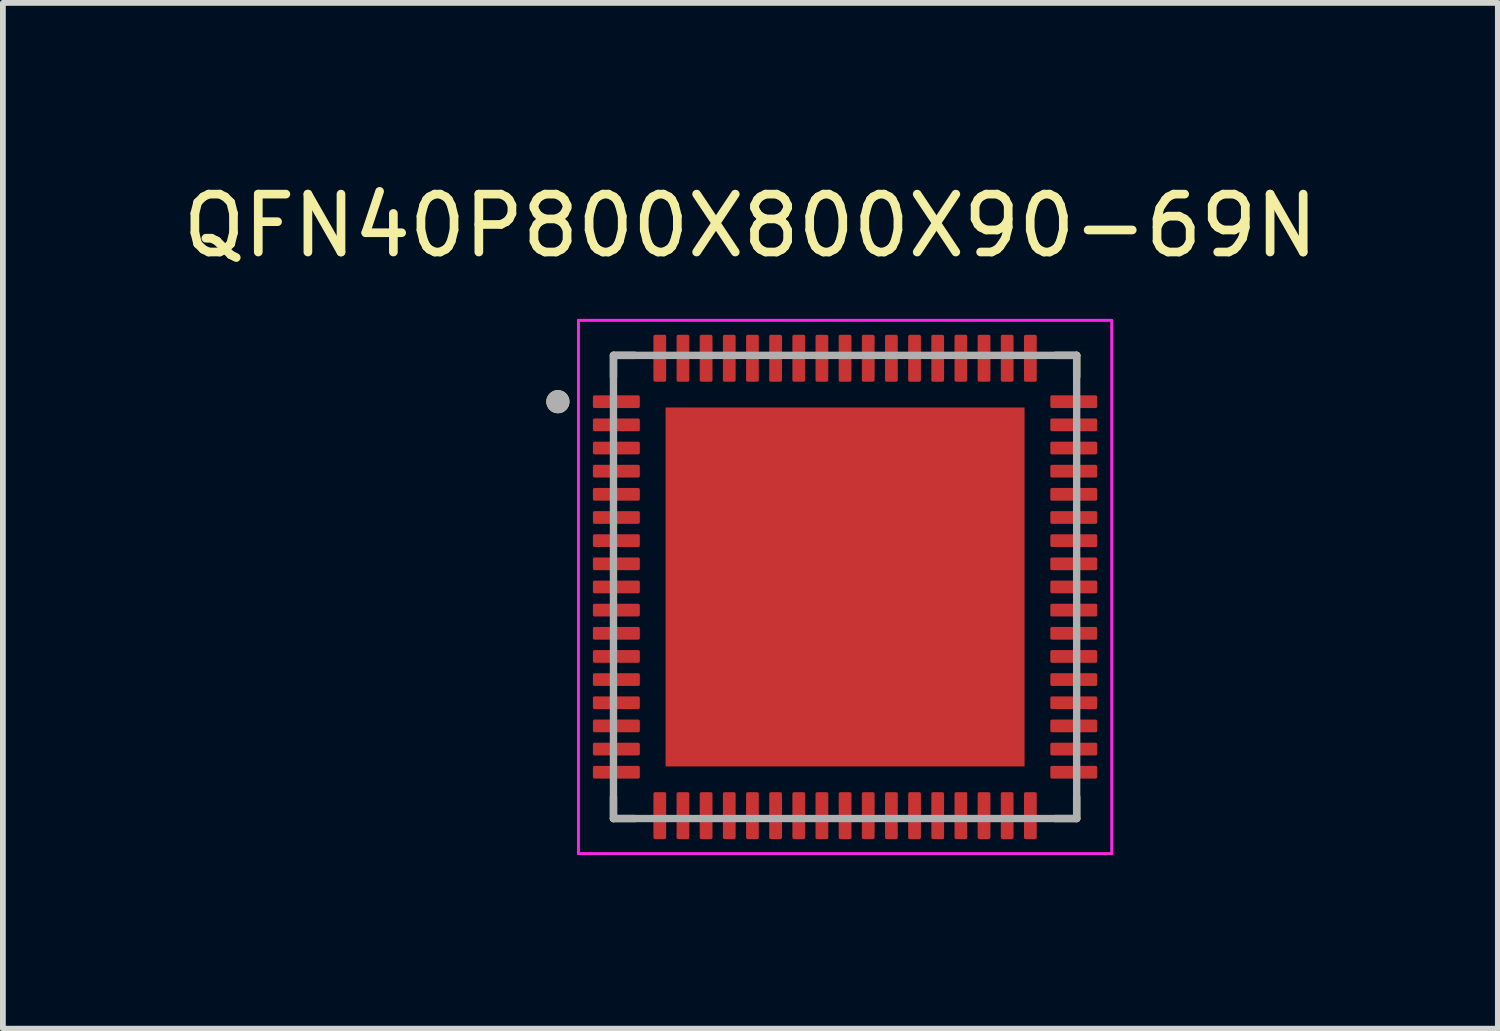
<source format=kicad_pcb>
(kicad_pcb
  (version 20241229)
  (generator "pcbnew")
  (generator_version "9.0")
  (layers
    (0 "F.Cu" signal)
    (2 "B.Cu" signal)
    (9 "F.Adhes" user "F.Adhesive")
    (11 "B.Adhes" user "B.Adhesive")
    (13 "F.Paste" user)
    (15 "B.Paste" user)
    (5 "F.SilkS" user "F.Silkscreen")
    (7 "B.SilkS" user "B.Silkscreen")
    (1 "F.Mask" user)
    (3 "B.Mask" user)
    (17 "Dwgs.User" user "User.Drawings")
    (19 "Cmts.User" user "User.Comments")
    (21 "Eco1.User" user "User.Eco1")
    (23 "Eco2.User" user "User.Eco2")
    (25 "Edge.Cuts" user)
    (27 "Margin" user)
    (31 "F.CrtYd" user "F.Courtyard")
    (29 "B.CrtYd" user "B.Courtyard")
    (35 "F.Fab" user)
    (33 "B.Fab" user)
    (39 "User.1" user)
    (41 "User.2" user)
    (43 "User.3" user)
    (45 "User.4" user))
  (footprint "QFN40P800X800X90-69N"
    (layer "F.Cu")
    (at 11.546 7.088)
    (property "Reference" "QFN40P800X800X90-69N" (at -1.635 -6.24 0) (layer "F.SilkS") (effects (font (size 1 1) (thickness 0.15))))
    (attr smd)
    (fp_line (start -4 -4) (end -4 -3.63) (stroke (width 0.127) (type solid)) (layer "F.SilkS"))
    (fp_line (start -4 -4) (end -3.63 -4) (stroke (width 0.127) (type solid)) (layer "F.SilkS"))
    (fp_line (start -4 4) (end -4 3.63) (stroke (width 0.127) (type solid)) (layer "F.SilkS"))
    (fp_line (start -4 4) (end -3.63 4) (stroke (width 0.127) (type solid)) (layer "F.SilkS"))
    (fp_line (start 4 -4) (end 3.63 -4) (stroke (width 0.127) (type solid)) (layer "F.SilkS"))
    (fp_line (start 4 -4) (end 4 -3.63) (stroke (width 0.127) (type solid)) (layer "F.SilkS"))
    (fp_line (start 4 4) (end 3.63 4) (stroke (width 0.127) (type solid)) (layer "F.SilkS"))
    (fp_line (start 4 4) (end 4 3.63) (stroke (width 0.127) (type solid)) (layer "F.SilkS"))
    (fp_circle (center -4.96 -3.2) (end -4.86 -3.2) (stroke (width 0.2) (type solid)) (fill no) (layer "F.SilkS"))
    (fp_poly (pts (xy -2.725 -2.725) (xy -1.415 -2.725) (xy -1.415 -1.415) (xy -2.725 -1.415)) (stroke (width 0.01) (type solid)) (fill yes) (layer "F.Paste"))
    (fp_poly (pts (xy -2.725 -0.655) (xy -1.415 -0.655) (xy -1.415 0.655) (xy -2.725 0.655)) (stroke (width 0.01) (type solid)) (fill yes) (layer "F.Paste"))
    (fp_poly (pts (xy -2.725 1.415) (xy -1.415 1.415) (xy -1.415 2.725) (xy -2.725 2.725)) (stroke (width 0.01) (type solid)) (fill yes) (layer "F.Paste"))
    (fp_poly (pts (xy -0.655 -2.725) (xy 0.655 -2.725) (xy 0.655 -1.415) (xy -0.655 -1.415)) (stroke (width 0.01) (type solid)) (fill yes) (layer "F.Paste"))
    (fp_poly (pts (xy -0.655 -0.655) (xy 0.655 -0.655) (xy 0.655 0.655) (xy -0.655 0.655)) (stroke (width 0.01) (type solid)) (fill yes) (layer "F.Paste"))
    (fp_poly (pts (xy -0.655 1.415) (xy 0.655 1.415) (xy 0.655 2.725) (xy -0.655 2.725)) (stroke (width 0.01) (type solid)) (fill yes) (layer "F.Paste"))
    (fp_poly (pts (xy 1.415 -2.725) (xy 2.725 -2.725) (xy 2.725 -1.415) (xy 1.415 -1.415)) (stroke (width 0.01) (type solid)) (fill yes) (layer "F.Paste"))
    (fp_poly (pts (xy 1.415 -0.655) (xy 2.725 -0.655) (xy 2.725 0.655) (xy 1.415 0.655)) (stroke (width 0.01) (type solid)) (fill yes) (layer "F.Paste"))
    (fp_poly (pts (xy 1.415 1.415) (xy 2.725 1.415) (xy 2.725 2.725) (xy 1.415 2.725)) (stroke (width 0.01) (type solid)) (fill yes) (layer "F.Paste"))
    (fp_line (start -4.605 -4.605) (end 4.605 -4.605) (stroke (width 0.05) (type solid)) (layer "F.CrtYd"))
    (fp_line (start -4.605 4.605) (end -4.605 -4.605) (stroke (width 0.05) (type solid)) (layer "F.CrtYd"))
    (fp_line (start -4.605 4.605) (end 4.605 4.605) (stroke (width 0.05) (type solid)) (layer "F.CrtYd"))
    (fp_line (start 4.605 4.605) (end 4.605 -4.605) (stroke (width 0.05) (type solid)) (layer "F.CrtYd"))
    (fp_line (start -4 4) (end -4 -4) (stroke (width 0.127) (type solid)) (layer "F.Fab"))
    (fp_line (start 4 -4) (end -4 -4) (stroke (width 0.127) (type solid)) (layer "F.Fab"))
    (fp_line (start 4 4) (end -4 4) (stroke (width 0.127) (type solid)) (layer "F.Fab"))
    (fp_line (start 4 4) (end 4 -4) (stroke (width 0.127) (type solid)) (layer "F.Fab"))
    (fp_circle (center -4.96 -3.2) (end -4.86 -3.2) (stroke (width 0.2) (type solid)) (fill no) (layer "F.Fab"))
    (pad "1" smd roundrect (at -3.95 -3.2) (size 0.81 0.22) (layers "F.Cu" "F.Mask" "F.Paste") (roundrect_rratio 0.125))
    (pad "2" smd roundrect (at -3.95 -2.8) (size 0.81 0.22) (layers "F.Cu" "F.Mask" "F.Paste") (roundrect_rratio 0.125))
    (pad "3" smd roundrect (at -3.95 -2.4) (size 0.81 0.22) (layers "F.Cu" "F.Mask" "F.Paste") (roundrect_rratio 0.125))
    (pad "4" smd roundrect (at -3.95 -2) (size 0.81 0.22) (layers "F.Cu" "F.Mask" "F.Paste") (roundrect_rratio 0.125))
    (pad "5" smd roundrect (at -3.95 -1.6) (size 0.81 0.22) (layers "F.Cu" "F.Mask" "F.Paste") (roundrect_rratio 0.125))
    (pad "6" smd roundrect (at -3.95 -1.2) (size 0.81 0.22) (layers "F.Cu" "F.Mask" "F.Paste") (roundrect_rratio 0.125))
    (pad "7" smd roundrect (at -3.95 -0.8) (size 0.81 0.22) (layers "F.Cu" "F.Mask" "F.Paste") (roundrect_rratio 0.125))
    (pad "8" smd roundrect (at -3.95 -0.4) (size 0.81 0.22) (layers "F.Cu" "F.Mask" "F.Paste") (roundrect_rratio 0.125))
    (pad "9" smd roundrect (at -3.95 0) (size 0.81 0.22) (layers "F.Cu" "F.Mask" "F.Paste") (roundrect_rratio 0.125))
    (pad "10" smd roundrect (at -3.95 0.4) (size 0.81 0.22) (layers "F.Cu" "F.Mask" "F.Paste") (roundrect_rratio 0.125))
    (pad "11" smd roundrect (at -3.95 0.8) (size 0.81 0.22) (layers "F.Cu" "F.Mask" "F.Paste") (roundrect_rratio 0.125))
    (pad "12" smd roundrect (at -3.95 1.2) (size 0.81 0.22) (layers "F.Cu" "F.Mask" "F.Paste") (roundrect_rratio 0.125))
    (pad "13" smd roundrect (at -3.95 1.6) (size 0.81 0.22) (layers "F.Cu" "F.Mask" "F.Paste") (roundrect_rratio 0.125))
    (pad "14" smd roundrect (at -3.95 2) (size 0.81 0.22) (layers "F.Cu" "F.Mask" "F.Paste") (roundrect_rratio 0.125))
    (pad "15" smd roundrect (at -3.95 2.4) (size 0.81 0.22) (layers "F.Cu" "F.Mask" "F.Paste") (roundrect_rratio 0.125))
    (pad "16" smd roundrect (at -3.95 2.8) (size 0.81 0.22) (layers "F.Cu" "F.Mask" "F.Paste") (roundrect_rratio 0.125))
    (pad "17" smd roundrect (at -3.95 3.2) (size 0.81 0.22) (layers "F.Cu" "F.Mask" "F.Paste") (roundrect_rratio 0.125))
    (pad "18" smd roundrect (at -3.2 3.95) (size 0.22 0.81) (layers "F.Cu" "F.Mask" "F.Paste") (roundrect_rratio 0.125))
    (pad "19" smd roundrect (at -2.8 3.95) (size 0.22 0.81) (layers "F.Cu" "F.Mask" "F.Paste") (roundrect_rratio 0.125))
    (pad "20" smd roundrect (at -2.4 3.95) (size 0.22 0.81) (layers "F.Cu" "F.Mask" "F.Paste") (roundrect_rratio 0.125))
    (pad "21" smd roundrect (at -2 3.95) (size 0.22 0.81) (layers "F.Cu" "F.Mask" "F.Paste") (roundrect_rratio 0.125))
    (pad "22" smd roundrect (at -1.6 3.95) (size 0.22 0.81) (layers "F.Cu" "F.Mask" "F.Paste") (roundrect_rratio 0.125))
    (pad "23" smd roundrect (at -1.2 3.95) (size 0.22 0.81) (layers "F.Cu" "F.Mask" "F.Paste") (roundrect_rratio 0.125))
    (pad "24" smd roundrect (at -0.8 3.95) (size 0.22 0.81) (layers "F.Cu" "F.Mask" "F.Paste") (roundrect_rratio 0.125))
    (pad "25" smd roundrect (at -0.4 3.95) (size 0.22 0.81) (layers "F.Cu" "F.Mask" "F.Paste") (roundrect_rratio 0.125))
    (pad "26" smd roundrect (at 0 3.95) (size 0.22 0.81) (layers "F.Cu" "F.Mask" "F.Paste") (roundrect_rratio 0.125))
    (pad "27" smd roundrect (at 0.4 3.95) (size 0.22 0.81) (layers "F.Cu" "F.Mask" "F.Paste") (roundrect_rratio 0.125))
    (pad "28" smd roundrect (at 0.8 3.95) (size 0.22 0.81) (layers "F.Cu" "F.Mask" "F.Paste") (roundrect_rratio 0.125))
    (pad "29" smd roundrect (at 1.2 3.95) (size 0.22 0.81) (layers "F.Cu" "F.Mask" "F.Paste") (roundrect_rratio 0.125))
    (pad "30" smd roundrect (at 1.6 3.95) (size 0.22 0.81) (layers "F.Cu" "F.Mask" "F.Paste") (roundrect_rratio 0.125))
    (pad "31" smd roundrect (at 2 3.95) (size 0.22 0.81) (layers "F.Cu" "F.Mask" "F.Paste") (roundrect_rratio 0.125))
    (pad "32" smd roundrect (at 2.4 3.95) (size 0.22 0.81) (layers "F.Cu" "F.Mask" "F.Paste") (roundrect_rratio 0.125))
    (pad "33" smd roundrect (at 2.8 3.95) (size 0.22 0.81) (layers "F.Cu" "F.Mask" "F.Paste") (roundrect_rratio 0.125))
    (pad "34" smd roundrect (at 3.2 3.95) (size 0.22 0.81) (layers "F.Cu" "F.Mask" "F.Paste") (roundrect_rratio 0.125))
    (pad "35" smd roundrect (at 3.95 3.2) (size 0.81 0.22) (layers "F.Cu" "F.Mask" "F.Paste") (roundrect_rratio 0.125))
    (pad "36" smd roundrect (at 3.95 2.8) (size 0.81 0.22) (layers "F.Cu" "F.Mask" "F.Paste") (roundrect_rratio 0.125))
    (pad "37" smd roundrect (at 3.95 2.4) (size 0.81 0.22) (layers "F.Cu" "F.Mask" "F.Paste") (roundrect_rratio 0.125))
    (pad "38" smd roundrect (at 3.95 2) (size 0.81 0.22) (layers "F.Cu" "F.Mask" "F.Paste") (roundrect_rratio 0.125))
    (pad "39" smd roundrect (at 3.95 1.6) (size 0.81 0.22) (layers "F.Cu" "F.Mask" "F.Paste") (roundrect_rratio 0.125))
    (pad "40" smd roundrect (at 3.95 1.2) (size 0.81 0.22) (layers "F.Cu" "F.Mask" "F.Paste") (roundrect_rratio 0.125))
    (pad "41" smd roundrect (at 3.95 0.8) (size 0.81 0.22) (layers "F.Cu" "F.Mask" "F.Paste") (roundrect_rratio 0.125))
    (pad "42" smd roundrect (at 3.95 0.4) (size 0.81 0.22) (layers "F.Cu" "F.Mask" "F.Paste") (roundrect_rratio 0.125))
    (pad "43" smd roundrect (at 3.95 0) (size 0.81 0.22) (layers "F.Cu" "F.Mask" "F.Paste") (roundrect_rratio 0.125))
    (pad "44" smd roundrect (at 3.95 -0.4) (size 0.81 0.22) (layers "F.Cu" "F.Mask" "F.Paste") (roundrect_rratio 0.125))
    (pad "45" smd roundrect (at 3.95 -0.8) (size 0.81 0.22) (layers "F.Cu" "F.Mask" "F.Paste") (roundrect_rratio 0.125))
    (pad "46" smd roundrect (at 3.95 -1.2) (size 0.81 0.22) (layers "F.Cu" "F.Mask" "F.Paste") (roundrect_rratio 0.125))
    (pad "47" smd roundrect (at 3.95 -1.6) (size 0.81 0.22) (layers "F.Cu" "F.Mask" "F.Paste") (roundrect_rratio 0.125))
    (pad "48" smd roundrect (at 3.95 -2) (size 0.81 0.22) (layers "F.Cu" "F.Mask" "F.Paste") (roundrect_rratio 0.125))
    (pad "49" smd roundrect (at 3.95 -2.4) (size 0.81 0.22) (layers "F.Cu" "F.Mask" "F.Paste") (roundrect_rratio 0.125))
    (pad "50" smd roundrect (at 3.95 -2.8) (size 0.81 0.22) (layers "F.Cu" "F.Mask" "F.Paste") (roundrect_rratio 0.125))
    (pad "51" smd roundrect (at 3.95 -3.2) (size 0.81 0.22) (layers "F.Cu" "F.Mask" "F.Paste") (roundrect_rratio 0.125))
    (pad "52" smd roundrect (at 3.2 -3.95) (size 0.22 0.81) (layers "F.Cu" "F.Mask" "F.Paste") (roundrect_rratio 0.125))
    (pad "53" smd roundrect (at 2.8 -3.95) (size 0.22 0.81) (layers "F.Cu" "F.Mask" "F.Paste") (roundrect_rratio 0.125))
    (pad "54" smd roundrect (at 2.4 -3.95) (size 0.22 0.81) (layers "F.Cu" "F.Mask" "F.Paste") (roundrect_rratio 0.125))
    (pad "55" smd roundrect (at 2 -3.95) (size 0.22 0.81) (layers "F.Cu" "F.Mask" "F.Paste") (roundrect_rratio 0.125))
    (pad "56" smd roundrect (at 1.6 -3.95) (size 0.22 0.81) (layers "F.Cu" "F.Mask" "F.Paste") (roundrect_rratio 0.125))
    (pad "57" smd roundrect (at 1.2 -3.95) (size 0.22 0.81) (layers "F.Cu" "F.Mask" "F.Paste") (roundrect_rratio 0.125))
    (pad "58" smd roundrect (at 0.8 -3.95) (size 0.22 0.81) (layers "F.Cu" "F.Mask" "F.Paste") (roundrect_rratio 0.125))
    (pad "59" smd roundrect (at 0.4 -3.95) (size 0.22 0.81) (layers "F.Cu" "F.Mask" "F.Paste") (roundrect_rratio 0.125))
    (pad "60" smd roundrect (at 0 -3.95) (size 0.22 0.81) (layers "F.Cu" "F.Mask" "F.Paste") (roundrect_rratio 0.125))
    (pad "61" smd roundrect (at -0.4 -3.95) (size 0.22 0.81) (layers "F.Cu" "F.Mask" "F.Paste") (roundrect_rratio 0.125))
    (pad "62" smd roundrect (at -0.8 -3.95) (size 0.22 0.81) (layers "F.Cu" "F.Mask" "F.Paste") (roundrect_rratio 0.125))
    (pad "63" smd roundrect (at -1.2 -3.95) (size 0.22 0.81) (layers "F.Cu" "F.Mask" "F.Paste") (roundrect_rratio 0.125))
    (pad "64" smd roundrect (at -1.6 -3.95) (size 0.22 0.81) (layers "F.Cu" "F.Mask" "F.Paste") (roundrect_rratio 0.125))
    (pad "65" smd roundrect (at -2 -3.95) (size 0.22 0.81) (layers "F.Cu" "F.Mask" "F.Paste") (roundrect_rratio 0.125))
    (pad "66" smd roundrect (at -2.4 -3.95) (size 0.22 0.81) (layers "F.Cu" "F.Mask" "F.Paste") (roundrect_rratio 0.125))
    (pad "67" smd roundrect (at -2.8 -3.95) (size 0.22 0.81) (layers "F.Cu" "F.Mask" "F.Paste") (roundrect_rratio 0.125))
    (pad "68" smd roundrect (at -3.2 -3.95) (size 0.22 0.81) (layers "F.Cu" "F.Mask" "F.Paste") (roundrect_rratio 0.125))
    (pad "69" smd rect (at 0 0) (size 6.2 6.2) (layers "F.Cu" "F.Mask")))
  (gr_rect
    (start -3 -3)
    (end 22.821 14.718)
    (stroke (width 0.1) (type default))
    (fill no)
    (layer "Edge.Cuts")))
</source>
